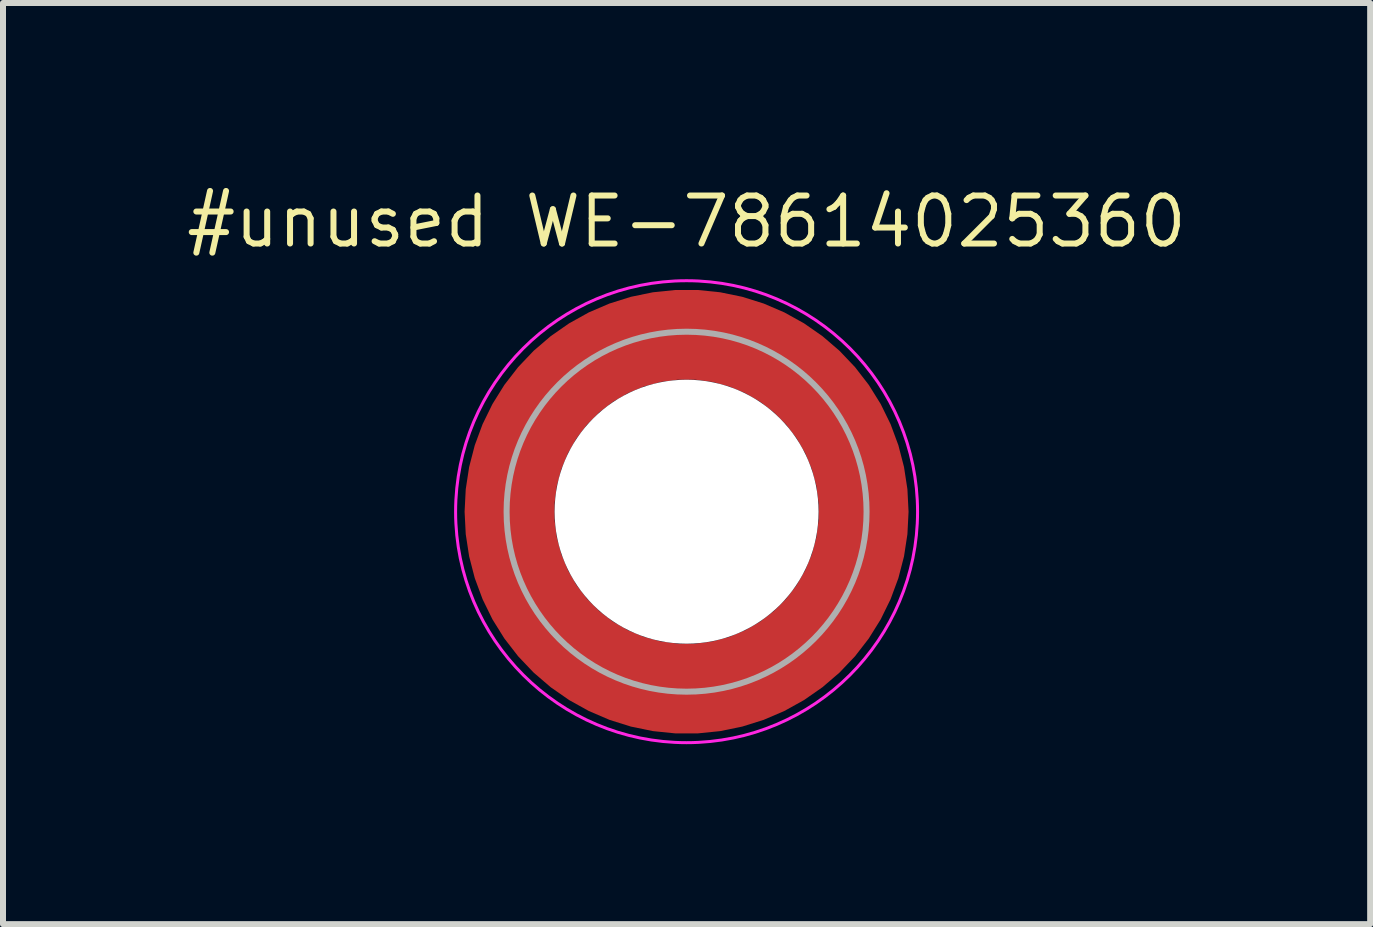
<source format=kicad_pcb>
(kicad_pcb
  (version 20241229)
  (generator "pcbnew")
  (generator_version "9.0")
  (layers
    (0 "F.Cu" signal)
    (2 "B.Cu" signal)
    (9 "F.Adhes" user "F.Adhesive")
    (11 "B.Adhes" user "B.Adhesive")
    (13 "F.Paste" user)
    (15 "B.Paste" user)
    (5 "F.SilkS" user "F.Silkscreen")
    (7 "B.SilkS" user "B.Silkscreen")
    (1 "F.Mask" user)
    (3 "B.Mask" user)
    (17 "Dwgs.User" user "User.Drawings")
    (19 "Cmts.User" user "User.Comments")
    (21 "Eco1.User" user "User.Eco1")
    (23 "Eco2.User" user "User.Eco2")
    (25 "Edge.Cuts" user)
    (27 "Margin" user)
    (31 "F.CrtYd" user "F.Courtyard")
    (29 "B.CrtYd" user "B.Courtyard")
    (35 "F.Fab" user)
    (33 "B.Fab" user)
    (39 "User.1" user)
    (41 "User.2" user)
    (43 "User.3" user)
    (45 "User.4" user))
  (footprint "#unused WE-78614025360"
    (layer "F.Cu")
    (at 8.394 5.479)
    (property "Reference" "#unused WE-78614025360" (at 0 -4.835 0) (layer "F.SilkS") (effects (font (size 0.8 0.8) (thickness 0.1))))
    (attr smd)
    (fp_poly (pts (xy -2.823 2.272) (xy -2.813 2.285) (xy -2.572 2.553) (xy -2.561 2.564) (xy -2.293 2.807) (xy -2.281 2.816) (xy -1.988 3.03) (xy -1.976 3.038) (xy -1.664 3.22) (xy -1.65 3.227) (xy -1.32 3.375) (xy -1.306 3.381) (xy -0.963 3.494) (xy -0.948 3.498) (xy -0.594 3.575) (xy -0.58 3.578) (arc (start -0.568476 3.579088) (mid -0.45068 3.542638) (end -0.4 3.43023)) (arc (start -0.4 2.575504) (mid -0.43496 2.479248) (end -0.523535 2.427858)) (xy -0.545 2.424) (xy -0.562 2.42) (xy -0.842 2.337) (xy -0.86 2.331) (xy -1.127 2.214) (xy -1.144 2.205) (xy -1.395 2.056) (xy -1.41 2.045) (xy -1.64 1.866) (xy -1.654 1.853) (xy -1.86 1.646) (xy -1.873 1.632) (xy -2.051 1.401) (xy -2.062 1.386) (xy -2.21 1.134) (xy -2.219 1.117) (xy -2.335 0.849) (xy -2.341 0.832) (xy -2.423 0.55) (xy -2.426 0.534) (arc (start -2.430021 0.513499) (mid -2.481275 0.424485) (end -2.5778 0.389316)) (arc (start -3.434692 0.389316) (mid -3.544177 0.439815) (end -3.580823 0.557336)) (xy -3.579 0.57) (xy -3.577 0.583) (xy -3.501 0.937) (xy -3.497 0.952) (xy -3.385 1.296) (xy -3.379 1.31) (xy -3.232 1.64) (xy -3.225 1.654) (xy -3.044 1.967) (xy -3.035 1.98)) (stroke (width 0) (type solid)) (fill yes) (layer "F.Paste"))
    (fp_poly (pts (xy -2.272 -2.823) (xy -2.285 -2.813) (xy -2.553 -2.572) (xy -2.564 -2.561) (xy -2.807 -2.293) (xy -2.816 -2.281) (xy -3.03 -1.988) (xy -3.038 -1.976) (xy -3.22 -1.664) (xy -3.227 -1.65) (xy -3.375 -1.32) (xy -3.381 -1.306) (xy -3.494 -0.963) (xy -3.498 -0.948) (xy -3.575 -0.594) (xy -3.578 -0.58) (arc (start -3.579088 -0.568476) (mid -3.542638 -0.45068) (end -3.43023 -0.4)) (arc (start -2.575504 -0.4) (mid -2.479248 -0.43496) (end -2.427858 -0.523535)) (xy -2.424 -0.545) (xy -2.42 -0.562) (xy -2.337 -0.842) (xy -2.331 -0.86) (xy -2.214 -1.127) (xy -2.205 -1.144) (xy -2.056 -1.395) (xy -2.045 -1.41) (xy -1.866 -1.64) (xy -1.853 -1.654) (xy -1.646 -1.86) (xy -1.632 -1.873) (xy -1.401 -2.051) (xy -1.386 -2.062) (xy -1.134 -2.21) (xy -1.117 -2.219) (xy -0.849 -2.335) (xy -0.832 -2.341) (xy -0.55 -2.423) (xy -0.534 -2.426) (arc (start -0.513499 -2.430021) (mid -0.424485 -2.481275) (end -0.389316 -2.5778)) (arc (start -0.389316 -3.434692) (mid -0.439815 -3.544177) (end -0.557336 -3.580823)) (xy -0.57 -3.579) (xy -0.583 -3.577) (xy -0.937 -3.501) (xy -0.952 -3.497) (xy -1.296 -3.385) (xy -1.31 -3.379) (xy -1.64 -3.232) (xy -1.654 -3.225) (xy -1.967 -3.044) (xy -1.98 -3.035)) (stroke (width 0) (type solid)) (fill yes) (layer "F.Paste"))
    (fp_poly (pts (xy 2.272 2.823) (xy 2.285 2.813) (xy 2.553 2.572) (xy 2.564 2.561) (xy 2.807 2.293) (xy 2.816 2.281) (xy 3.03 1.988) (xy 3.038 1.976) (xy 3.22 1.664) (xy 3.227 1.65) (xy 3.375 1.32) (xy 3.381 1.306) (xy 3.494 0.963) (xy 3.498 0.948) (xy 3.575 0.594) (xy 3.578 0.58) (arc (start 3.579088 0.568476) (mid 3.542638 0.45068) (end 3.43023 0.4)) (arc (start 2.575504 0.4) (mid 2.479248 0.43496) (end 2.427858 0.523535)) (xy 2.424 0.545) (xy 2.42 0.562) (xy 2.337 0.842) (xy 2.331 0.86) (xy 2.214 1.127) (xy 2.205 1.144) (xy 2.056 1.395) (xy 2.045 1.41) (xy 1.866 1.64) (xy 1.853 1.654) (xy 1.646 1.86) (xy 1.632 1.873) (xy 1.401 2.051) (xy 1.386 2.062) (xy 1.134 2.21) (xy 1.117 2.219) (xy 0.849 2.335) (xy 0.832 2.341) (xy 0.55 2.423) (xy 0.534 2.426) (arc (start 0.513499 2.430021) (mid 0.424485 2.481275) (end 0.389316 2.5778)) (arc (start 0.389316 3.434692) (mid 0.439815 3.544177) (end 0.557336 3.580823)) (xy 0.57 3.579) (xy 0.583 3.577) (xy 0.937 3.501) (xy 0.952 3.497) (xy 1.296 3.385) (xy 1.31 3.379) (xy 1.64 3.232) (xy 1.654 3.225) (xy 1.967 3.044) (xy 1.98 3.035)) (stroke (width 0) (type solid)) (fill yes) (layer "F.Paste"))
    (fp_poly (pts (xy 2.823 -2.272) (xy 2.813 -2.285) (xy 2.572 -2.553) (xy 2.561 -2.564) (xy 2.293 -2.807) (xy 2.281 -2.816) (xy 1.988 -3.03) (xy 1.976 -3.038) (xy 1.664 -3.22) (xy 1.65 -3.227) (xy 1.32 -3.375) (xy 1.306 -3.381) (xy 0.963 -3.494) (xy 0.948 -3.498) (xy 0.594 -3.575) (xy 0.58 -3.578) (arc (start 0.568476 -3.579088) (mid 0.45068 -3.542638) (end 0.4 -3.43023)) (arc (start 0.4 -2.575504) (mid 0.43496 -2.479248) (end 0.523535 -2.427858)) (xy 0.545 -2.424) (xy 0.562 -2.42) (xy 0.842 -2.337) (xy 0.86 -2.331) (xy 1.127 -2.214) (xy 1.144 -2.205) (xy 1.395 -2.056) (xy 1.41 -2.045) (xy 1.64 -1.866) (xy 1.654 -1.853) (xy 1.86 -1.646) (xy 1.873 -1.632) (xy 2.051 -1.401) (xy 2.062 -1.386) (xy 2.21 -1.134) (xy 2.219 -1.117) (xy 2.335 -0.849) (xy 2.341 -0.832) (xy 2.423 -0.55) (xy 2.426 -0.534) (arc (start 2.430021 -0.513499) (mid 2.481275 -0.424485) (end 2.5778 -0.389316)) (arc (start 3.434692 -0.389316) (mid 3.544177 -0.439815) (end 3.580823 -0.557336)) (xy 3.579 -0.57) (xy 3.577 -0.583) (xy 3.501 -0.937) (xy 3.497 -0.952) (xy 3.385 -1.296) (xy 3.379 -1.31) (xy 3.232 -1.64) (xy 3.225 -1.654) (xy 3.044 -1.967) (xy 3.035 -1.98)) (stroke (width 0) (type solid)) (fill yes) (layer "F.Paste"))
    (fp_circle (center 0 0) (end 3.85 0) (stroke (width 0.05) (type default)) (fill no) (layer "F.CrtYd"))
    (fp_circle (center 0 0) (end 3 0) (stroke (width 0.1) (type solid)) (fill no) (layer "F.Fab"))
    (pad "" np_thru_hole circle (at 0 0) (size 4.4 4.4) (drill 4.4) (layers "*.Cu" "*.Mask"))
    (pad "1" smd custom (at 2.95 0) (size 1 1) (layers "F.Cu" "F.Mask") (options (anchor circle)) (primitives (gr_arc (start -5.9 0) (mid -2.95 -2.95) (end 0 0) (width 1.5)) (gr_arc (start 0 0) (mid -2.95 2.95) (end -5.9 0) (width 1.5)))))
  (gr_rect
    (start -3 -3)
    (end 19.788 12.354)
    (stroke (width 0.1) (type default))
    (fill no)
    (layer "Edge.Cuts")))
</source>
